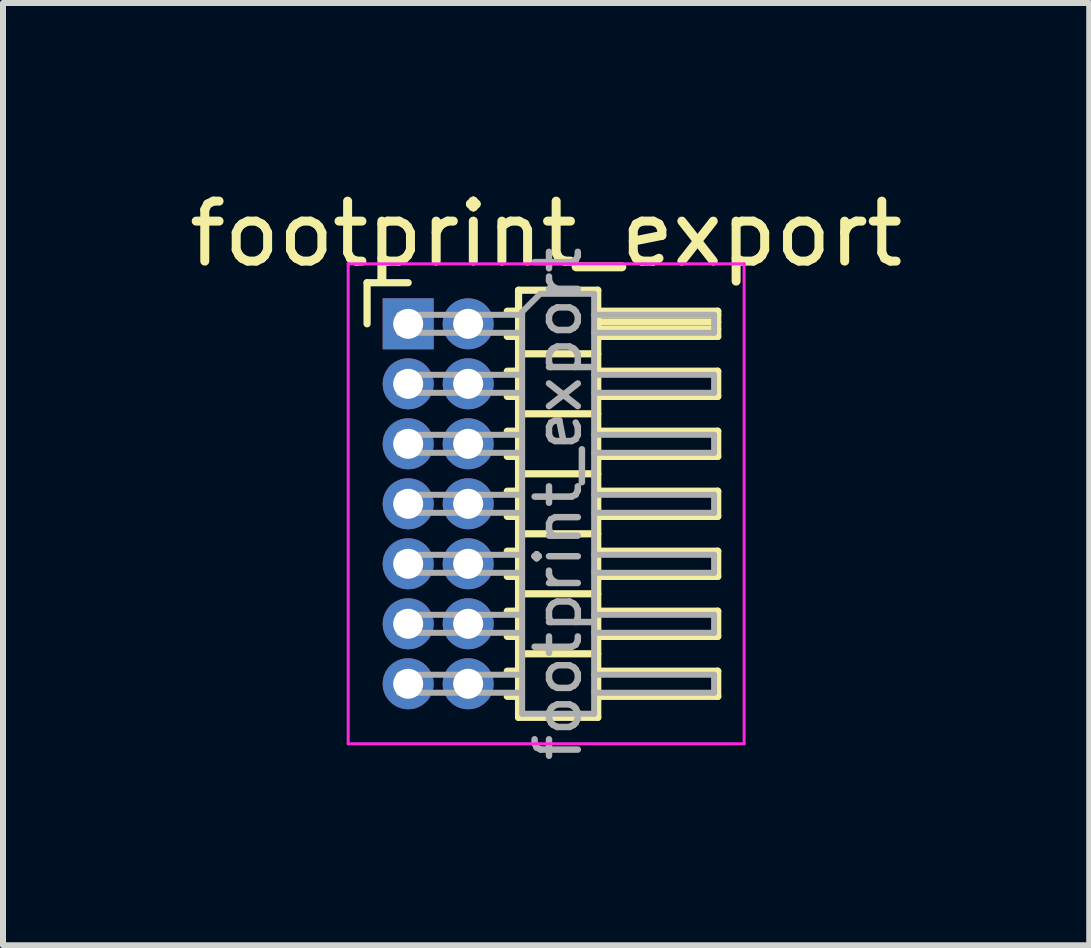
<source format=kicad_pcb>
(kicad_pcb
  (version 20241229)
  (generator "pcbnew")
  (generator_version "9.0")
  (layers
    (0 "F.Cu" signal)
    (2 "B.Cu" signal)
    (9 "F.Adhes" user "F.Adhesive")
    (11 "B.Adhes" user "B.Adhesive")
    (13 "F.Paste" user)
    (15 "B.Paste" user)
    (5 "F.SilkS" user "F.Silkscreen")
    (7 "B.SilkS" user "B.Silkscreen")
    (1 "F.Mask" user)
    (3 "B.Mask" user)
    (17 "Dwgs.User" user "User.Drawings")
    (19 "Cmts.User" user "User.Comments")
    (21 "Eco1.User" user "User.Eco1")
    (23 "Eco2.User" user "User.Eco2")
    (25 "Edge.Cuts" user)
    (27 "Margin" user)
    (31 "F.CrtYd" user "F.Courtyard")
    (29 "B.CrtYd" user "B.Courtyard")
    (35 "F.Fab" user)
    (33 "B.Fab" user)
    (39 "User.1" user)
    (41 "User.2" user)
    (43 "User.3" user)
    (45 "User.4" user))
  (footprint "footprint_export"
    (layer "F.Cu")
    (at 3.754 2.348)
    (property "Reference" "footprint_export" (at 2.3 -1.5 0) (layer "F.SilkS") (effects (font (size 1 1) (thickness 0.15))))
    (attr through_hole)
    (fp_line (start -0.685 -0.685) (end 0 -0.685) (stroke (width 0.12) (type solid)) (layer "F.SilkS"))
    (fp_line (start -0.685 0) (end -0.685 -0.685) (stroke (width 0.12) (type solid)) (layer "F.SilkS"))
    (fp_line (start 1.652 -0.21) (end 1.84 -0.21) (stroke (width 0.12) (type solid)) (layer "F.SilkS"))
    (fp_line (start 1.652 0.21) (end 1.84 0.21) (stroke (width 0.12) (type solid)) (layer "F.SilkS"))
    (fp_line (start 1.652 0.79) (end 1.84 0.79) (stroke (width 0.12) (type solid)) (layer "F.SilkS"))
    (fp_line (start 1.652 1.21) (end 1.84 1.21) (stroke (width 0.12) (type solid)) (layer "F.SilkS"))
    (fp_line (start 1.652 1.79) (end 1.84 1.79) (stroke (width 0.12) (type solid)) (layer "F.SilkS"))
    (fp_line (start 1.652 2.21) (end 1.84 2.21) (stroke (width 0.12) (type solid)) (layer "F.SilkS"))
    (fp_line (start 1.652 2.79) (end 1.84 2.79) (stroke (width 0.12) (type solid)) (layer "F.SilkS"))
    (fp_line (start 1.652 3.21) (end 1.84 3.21) (stroke (width 0.12) (type solid)) (layer "F.SilkS"))
    (fp_line (start 1.652 3.79) (end 1.84 3.79) (stroke (width 0.12) (type solid)) (layer "F.SilkS"))
    (fp_line (start 1.652 4.21) (end 1.84 4.21) (stroke (width 0.12) (type solid)) (layer "F.SilkS"))
    (fp_line (start 1.652 4.79) (end 1.84 4.79) (stroke (width 0.12) (type solid)) (layer "F.SilkS"))
    (fp_line (start 1.652 5.21) (end 1.84 5.21) (stroke (width 0.12) (type solid)) (layer "F.SilkS"))
    (fp_line (start 1.652 5.79) (end 1.84 5.79) (stroke (width 0.12) (type solid)) (layer "F.SilkS"))
    (fp_line (start 1.652 6.21) (end 1.84 6.21) (stroke (width 0.12) (type solid)) (layer "F.SilkS"))
    (fp_line (start 1.84 -0.56) (end 1.84 6.56) (stroke (width 0.12) (type solid)) (layer "F.SilkS"))
    (fp_line (start 1.84 0.5) (end 3.16 0.5) (stroke (width 0.12) (type solid)) (layer "F.SilkS"))
    (fp_line (start 1.84 1.5) (end 3.16 1.5) (stroke (width 0.12) (type solid)) (layer "F.SilkS"))
    (fp_line (start 1.84 2.5) (end 3.16 2.5) (stroke (width 0.12) (type solid)) (layer "F.SilkS"))
    (fp_line (start 1.84 3.5) (end 3.16 3.5) (stroke (width 0.12) (type solid)) (layer "F.SilkS"))
    (fp_line (start 1.84 4.5) (end 3.16 4.5) (stroke (width 0.12) (type solid)) (layer "F.SilkS"))
    (fp_line (start 1.84 5.5) (end 3.16 5.5) (stroke (width 0.12) (type solid)) (layer "F.SilkS"))
    (fp_line (start 1.84 6.56) (end 3.16 6.56) (stroke (width 0.12) (type solid)) (layer "F.SilkS"))
    (fp_line (start 3.16 -0.56) (end 1.84 -0.56) (stroke (width 0.12) (type solid)) (layer "F.SilkS"))
    (fp_line (start 3.16 -0.21) (end 5.16 -0.21) (stroke (width 0.12) (type solid)) (layer "F.SilkS"))
    (fp_line (start 3.16 -0.15) (end 5.16 -0.15) (stroke (width 0.12) (type solid)) (layer "F.SilkS"))
    (fp_line (start 3.16 -0.03) (end 5.16 -0.03) (stroke (width 0.12) (type solid)) (layer "F.SilkS"))
    (fp_line (start 3.16 0.09) (end 5.16 0.09) (stroke (width 0.12) (type solid)) (layer "F.SilkS"))
    (fp_line (start 3.16 0.79) (end 5.16 0.79) (stroke (width 0.12) (type solid)) (layer "F.SilkS"))
    (fp_line (start 3.16 1.79) (end 5.16 1.79) (stroke (width 0.12) (type solid)) (layer "F.SilkS"))
    (fp_line (start 3.16 2.79) (end 5.16 2.79) (stroke (width 0.12) (type solid)) (layer "F.SilkS"))
    (fp_line (start 3.16 3.79) (end 5.16 3.79) (stroke (width 0.12) (type solid)) (layer "F.SilkS"))
    (fp_line (start 3.16 4.79) (end 5.16 4.79) (stroke (width 0.12) (type solid)) (layer "F.SilkS"))
    (fp_line (start 3.16 5.79) (end 5.16 5.79) (stroke (width 0.12) (type solid)) (layer "F.SilkS"))
    (fp_line (start 3.16 6.56) (end 3.16 -0.56) (stroke (width 0.12) (type solid)) (layer "F.SilkS"))
    (fp_line (start 5.16 -0.21) (end 5.16 0.21) (stroke (width 0.12) (type solid)) (layer "F.SilkS"))
    (fp_line (start 5.16 0.21) (end 3.16 0.21) (stroke (width 0.12) (type solid)) (layer "F.SilkS"))
    (fp_line (start 5.16 0.79) (end 5.16 1.21) (stroke (width 0.12) (type solid)) (layer "F.SilkS"))
    (fp_line (start 5.16 1.21) (end 3.16 1.21) (stroke (width 0.12) (type solid)) (layer "F.SilkS"))
    (fp_line (start 5.16 1.79) (end 5.16 2.21) (stroke (width 0.12) (type solid)) (layer "F.SilkS"))
    (fp_line (start 5.16 2.21) (end 3.16 2.21) (stroke (width 0.12) (type solid)) (layer "F.SilkS"))
    (fp_line (start 5.16 2.79) (end 5.16 3.21) (stroke (width 0.12) (type solid)) (layer "F.SilkS"))
    (fp_line (start 5.16 3.21) (end 3.16 3.21) (stroke (width 0.12) (type solid)) (layer "F.SilkS"))
    (fp_line (start 5.16 3.79) (end 5.16 4.21) (stroke (width 0.12) (type solid)) (layer "F.SilkS"))
    (fp_line (start 5.16 4.21) (end 3.16 4.21) (stroke (width 0.12) (type solid)) (layer "F.SilkS"))
    (fp_line (start 5.16 4.79) (end 5.16 5.21) (stroke (width 0.12) (type solid)) (layer "F.SilkS"))
    (fp_line (start 5.16 5.21) (end 3.16 5.21) (stroke (width 0.12) (type solid)) (layer "F.SilkS"))
    (fp_line (start 5.16 5.79) (end 5.16 6.21) (stroke (width 0.12) (type solid)) (layer "F.SilkS"))
    (fp_line (start 5.16 6.21) (end 3.16 6.21) (stroke (width 0.12) (type solid)) (layer "F.SilkS"))
    (fp_line (start -1 -1) (end -1 7) (stroke (width 0.05) (type solid)) (layer "F.CrtYd"))
    (fp_line (start -1 7) (end 5.6 7) (stroke (width 0.05) (type solid)) (layer "F.CrtYd"))
    (fp_line (start 5.6 -1) (end -1 -1) (stroke (width 0.05) (type solid)) (layer "F.CrtYd"))
    (fp_line (start 5.6 7) (end 5.6 -1) (stroke (width 0.05) (type solid)) (layer "F.CrtYd"))
    (fp_line (start -0.15 -0.15) (end -0.15 0.15) (stroke (width 0.1) (type solid)) (layer "F.Fab"))
    (fp_line (start -0.15 -0.15) (end 1.9 -0.15) (stroke (width 0.1) (type solid)) (layer "F.Fab"))
    (fp_line (start -0.15 0.15) (end 1.9 0.15) (stroke (width 0.1) (type solid)) (layer "F.Fab"))
    (fp_line (start -0.15 0.85) (end -0.15 1.15) (stroke (width 0.1) (type solid)) (layer "F.Fab"))
    (fp_line (start -0.15 0.85) (end 1.9 0.85) (stroke (width 0.1) (type solid)) (layer "F.Fab"))
    (fp_line (start -0.15 1.15) (end 1.9 1.15) (stroke (width 0.1) (type solid)) (layer "F.Fab"))
    (fp_line (start -0.15 1.85) (end -0.15 2.15) (stroke (width 0.1) (type solid)) (layer "F.Fab"))
    (fp_line (start -0.15 1.85) (end 1.9 1.85) (stroke (width 0.1) (type solid)) (layer "F.Fab"))
    (fp_line (start -0.15 2.15) (end 1.9 2.15) (stroke (width 0.1) (type solid)) (layer "F.Fab"))
    (fp_line (start -0.15 2.85) (end -0.15 3.15) (stroke (width 0.1) (type solid)) (layer "F.Fab"))
    (fp_line (start -0.15 2.85) (end 1.9 2.85) (stroke (width 0.1) (type solid)) (layer "F.Fab"))
    (fp_line (start -0.15 3.15) (end 1.9 3.15) (stroke (width 0.1) (type solid)) (layer "F.Fab"))
    (fp_line (start -0.15 3.85) (end -0.15 4.15) (stroke (width 0.1) (type solid)) (layer "F.Fab"))
    (fp_line (start -0.15 3.85) (end 1.9 3.85) (stroke (width 0.1) (type solid)) (layer "F.Fab"))
    (fp_line (start -0.15 4.15) (end 1.9 4.15) (stroke (width 0.1) (type solid)) (layer "F.Fab"))
    (fp_line (start -0.15 4.85) (end -0.15 5.15) (stroke (width 0.1) (type solid)) (layer "F.Fab"))
    (fp_line (start -0.15 4.85) (end 1.9 4.85) (stroke (width 0.1) (type solid)) (layer "F.Fab"))
    (fp_line (start -0.15 5.15) (end 1.9 5.15) (stroke (width 0.1) (type solid)) (layer "F.Fab"))
    (fp_line (start -0.15 5.85) (end -0.15 6.15) (stroke (width 0.1) (type solid)) (layer "F.Fab"))
    (fp_line (start -0.15 5.85) (end 1.9 5.85) (stroke (width 0.1) (type solid)) (layer "F.Fab"))
    (fp_line (start -0.15 6.15) (end 1.9 6.15) (stroke (width 0.1) (type solid)) (layer "F.Fab"))
    (fp_line (start 1.9 -0.2) (end 2.2 -0.5) (stroke (width 0.1) (type solid)) (layer "F.Fab"))
    (fp_line (start 1.9 6.5) (end 1.9 -0.2) (stroke (width 0.1) (type solid)) (layer "F.Fab"))
    (fp_line (start 2.2 -0.5) (end 3.1 -0.5) (stroke (width 0.1) (type solid)) (layer "F.Fab"))
    (fp_line (start 3.1 -0.5) (end 3.1 6.5) (stroke (width 0.1) (type solid)) (layer "F.Fab"))
    (fp_line (start 3.1 -0.15) (end 5.1 -0.15) (stroke (width 0.1) (type solid)) (layer "F.Fab"))
    (fp_line (start 3.1 0.15) (end 5.1 0.15) (stroke (width 0.1) (type solid)) (layer "F.Fab"))
    (fp_line (start 3.1 0.85) (end 5.1 0.85) (stroke (width 0.1) (type solid)) (layer "F.Fab"))
    (fp_line (start 3.1 1.15) (end 5.1 1.15) (stroke (width 0.1) (type solid)) (layer "F.Fab"))
    (fp_line (start 3.1 1.85) (end 5.1 1.85) (stroke (width 0.1) (type solid)) (layer "F.Fab"))
    (fp_line (start 3.1 2.15) (end 5.1 2.15) (stroke (width 0.1) (type solid)) (layer "F.Fab"))
    (fp_line (start 3.1 2.85) (end 5.1 2.85) (stroke (width 0.1) (type solid)) (layer "F.Fab"))
    (fp_line (start 3.1 3.15) (end 5.1 3.15) (stroke (width 0.1) (type solid)) (layer "F.Fab"))
    (fp_line (start 3.1 3.85) (end 5.1 3.85) (stroke (width 0.1) (type solid)) (layer "F.Fab"))
    (fp_line (start 3.1 4.15) (end 5.1 4.15) (stroke (width 0.1) (type solid)) (layer "F.Fab"))
    (fp_line (start 3.1 4.85) (end 5.1 4.85) (stroke (width 0.1) (type solid)) (layer "F.Fab"))
    (fp_line (start 3.1 5.15) (end 5.1 5.15) (stroke (width 0.1) (type solid)) (layer "F.Fab"))
    (fp_line (start 3.1 5.85) (end 5.1 5.85) (stroke (width 0.1) (type solid)) (layer "F.Fab"))
    (fp_line (start 3.1 6.15) (end 5.1 6.15) (stroke (width 0.1) (type solid)) (layer "F.Fab"))
    (fp_line (start 3.1 6.5) (end 1.9 6.5) (stroke (width 0.1) (type solid)) (layer "F.Fab"))
    (fp_line (start 5.1 -0.15) (end 5.1 0.15) (stroke (width 0.1) (type solid)) (layer "F.Fab"))
    (fp_line (start 5.1 0.85) (end 5.1 1.15) (stroke (width 0.1) (type solid)) (layer "F.Fab"))
    (fp_line (start 5.1 1.85) (end 5.1 2.15) (stroke (width 0.1) (type solid)) (layer "F.Fab"))
    (fp_line (start 5.1 2.85) (end 5.1 3.15) (stroke (width 0.1) (type solid)) (layer "F.Fab"))
    (fp_line (start 5.1 3.85) (end 5.1 4.15) (stroke (width 0.1) (type solid)) (layer "F.Fab"))
    (fp_line (start 5.1 4.85) (end 5.1 5.15) (stroke (width 0.1) (type solid)) (layer "F.Fab"))
    (fp_line (start 5.1 5.85) (end 5.1 6.15) (stroke (width 0.1) (type solid)) (layer "F.Fab"))
    (fp_text user "${REFERENCE}" (at 2.5 3 90) (layer "F.Fab") (effects (font (size 0.72 0.72) (thickness 0.108))))
    (pad "1" thru_hole rect (at 0 0) (size 0.85 0.85) (drill 0.5) (layers "*.Cu" "*.Mask"))
    (pad "2" thru_hole oval (at 1 0) (size 0.85 0.85) (drill 0.5) (layers "*.Cu" "*.Mask"))
    (pad "3" thru_hole oval (at 0 1) (size 0.85 0.85) (drill 0.5) (layers "*.Cu" "*.Mask"))
    (pad "4" thru_hole oval (at 1 1) (size 0.85 0.85) (drill 0.5) (layers "*.Cu" "*.Mask"))
    (pad "5" thru_hole oval (at 0 2) (size 0.85 0.85) (drill 0.5) (layers "*.Cu" "*.Mask"))
    (pad "6" thru_hole oval (at 1 2) (size 0.85 0.85) (drill 0.5) (layers "*.Cu" "*.Mask"))
    (pad "7" thru_hole oval (at 0 3) (size 0.85 0.85) (drill 0.5) (layers "*.Cu" "*.Mask"))
    (pad "8" thru_hole oval (at 1 3) (size 0.85 0.85) (drill 0.5) (layers "*.Cu" "*.Mask"))
    (pad "9" thru_hole oval (at 0 4) (size 0.85 0.85) (drill 0.5) (layers "*.Cu" "*.Mask"))
    (pad "10" thru_hole oval (at 1 4) (size 0.85 0.85) (drill 0.5) (layers "*.Cu" "*.Mask"))
    (pad "11" thru_hole oval (at 0 5) (size 0.85 0.85) (drill 0.5) (layers "*.Cu" "*.Mask"))
    (pad "12" thru_hole oval (at 1 5) (size 0.85 0.85) (drill 0.5) (layers "*.Cu" "*.Mask"))
    (pad "13" thru_hole oval (at 0 6) (size 0.85 0.85) (drill 0.5) (layers "*.Cu" "*.Mask"))
    (pad "14" thru_hole oval (at 1 6) (size 0.85 0.85) (drill 0.5) (layers "*.Cu" "*.Mask")))
  (gr_rect
    (start -3 -3)
    (end 15.107 12.707)
    (stroke (width 0.1) (type default))
    (fill no)
    (layer "Edge.Cuts")))
</source>
